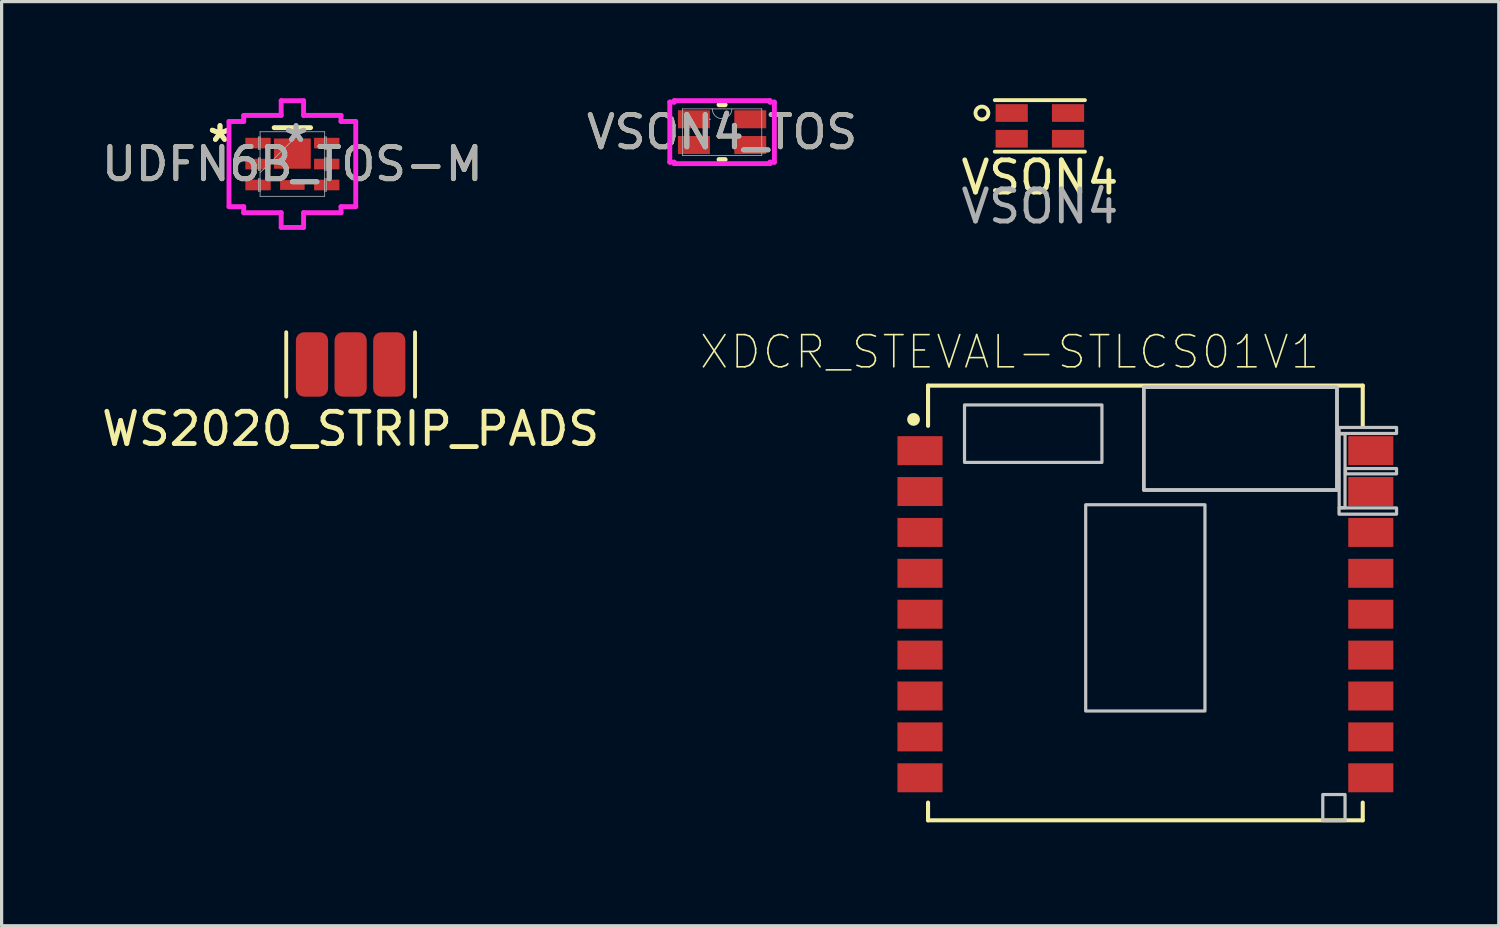
<source format=kicad_pcb>
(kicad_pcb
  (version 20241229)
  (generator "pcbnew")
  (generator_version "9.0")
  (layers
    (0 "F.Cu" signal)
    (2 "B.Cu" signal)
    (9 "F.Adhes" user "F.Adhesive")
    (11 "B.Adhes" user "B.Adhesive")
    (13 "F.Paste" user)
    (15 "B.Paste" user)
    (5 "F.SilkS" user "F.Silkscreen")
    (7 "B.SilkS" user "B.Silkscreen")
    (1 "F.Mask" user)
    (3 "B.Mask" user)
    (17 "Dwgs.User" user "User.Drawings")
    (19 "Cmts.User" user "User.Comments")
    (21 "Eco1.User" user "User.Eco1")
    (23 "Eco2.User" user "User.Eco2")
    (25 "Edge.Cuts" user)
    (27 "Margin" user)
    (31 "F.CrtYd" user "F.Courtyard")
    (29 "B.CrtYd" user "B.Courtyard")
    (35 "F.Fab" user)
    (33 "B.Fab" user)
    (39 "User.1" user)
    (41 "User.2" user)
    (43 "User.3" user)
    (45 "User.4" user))
  (footprint "VSON4_TOS"
    (layer "F.Cu")
    (at 19.375 1.054)
    (property "Reference" "VSON4_TOS" (at 0 0 0) (unlocked yes) (layer "F.SilkS") (effects (font (size 1 1) (thickness 0.15))))
    (attr smd)
    (fp_line (start -0.095 0.851) (end 0.095 0.851) (stroke (width 0.152) (type solid)) (layer "F.SilkS"))
    (fp_line (start 0.095 -0.851) (end -0.095 -0.851) (stroke (width 0.152) (type solid)) (layer "F.SilkS"))
    (fp_line (start -1.624 -0.933) (end -1.486 -0.933) (stroke (width 0.152) (type solid)) (layer "F.CrtYd"))
    (fp_line (start -1.624 0.933) (end -1.624 -0.933) (stroke (width 0.152) (type solid)) (layer "F.CrtYd"))
    (fp_line (start -1.624 0.933) (end -1.486 0.933) (stroke (width 0.152) (type solid)) (layer "F.CrtYd"))
    (fp_line (start -1.486 -0.978) (end 1.486 -0.978) (stroke (width 0.152) (type solid)) (layer "F.CrtYd"))
    (fp_line (start -1.486 -0.933) (end -1.486 -0.978) (stroke (width 0.152) (type solid)) (layer "F.CrtYd"))
    (fp_line (start -1.486 0.978) (end -1.486 0.933) (stroke (width 0.152) (type solid)) (layer "F.CrtYd"))
    (fp_line (start 1.486 -0.978) (end 1.486 -0.933) (stroke (width 0.152) (type solid)) (layer "F.CrtYd"))
    (fp_line (start 1.486 0.933) (end 1.486 0.978) (stroke (width 0.152) (type solid)) (layer "F.CrtYd"))
    (fp_line (start 1.486 0.978) (end -1.486 0.978) (stroke (width 0.152) (type solid)) (layer "F.CrtYd"))
    (fp_line (start 1.624 -0.933) (end 1.486 -0.933) (stroke (width 0.152) (type solid)) (layer "F.CrtYd"))
    (fp_line (start 1.624 -0.933) (end 1.624 0.933) (stroke (width 0.152) (type solid)) (layer "F.CrtYd"))
    (fp_line (start 1.624 0.933) (end 1.486 0.933) (stroke (width 0.152) (type solid)) (layer "F.CrtYd"))
    (fp_line (start -1.232 -0.724) (end -1.232 0.724) (stroke (width 0.025) (type solid)) (layer "F.Fab"))
    (fp_line (start -1.232 0.724) (end 1.232 0.724) (stroke (width 0.025) (type solid)) (layer "F.Fab"))
    (fp_line (start 1.232 -0.724) (end -1.232 -0.724) (stroke (width 0.025) (type solid)) (layer "F.Fab"))
    (fp_line (start 1.232 0.724) (end 1.232 -0.724) (stroke (width 0.025) (type solid)) (layer "F.Fab"))
    (fp_arc (start 0.3048 -0.7239) (mid 0 -0.4191) (end -0.3048 -0.7239) (stroke (width 0.0254) (type solid)) (layer "F.Fab"))
    (fp_circle (center -0.38 -0.4) (end -0.38 -0.4) (stroke (width 0.025) (type solid)) (fill no) (layer "F.Fab"))
    (fp_text user "${REFERENCE}" (at 0 0 0) (unlocked yes) (layer "F.Fab") (effects (font (size 1 1) (thickness 0.15))))
    (pad "1" smd rect (at -0.875 -0.4) (size 0.991 0.559) (layers "F.Cu" "F.Mask" "F.Paste"))
    (pad "2" smd rect (at -0.875 0.4) (size 0.991 0.559) (layers "F.Cu" "F.Mask" "F.Paste"))
    (pad "3" smd rect (at 0.875 0.4) (size 0.991 0.559) (layers "F.Cu" "F.Mask" "F.Paste"))
    (pad "4" smd rect (at 0.875 -0.4) (size 0.991 0.559) (layers "F.Cu" "F.Mask" "F.Paste")))
  (footprint "VSON4"
    (layer "F.Cu")
    (at 29.244 0.86)
    (property "Reference" "VSON4" (at 0 1.6 0) (unlocked yes) (layer "F.SilkS") (effects (font (size 1 1) (thickness 0.15))))
    (attr smd)
    (fp_line (start -1.4 -0.8) (end 1.4 -0.8) (stroke (width 0.12) (type default)) (layer "F.SilkS"))
    (fp_line (start -1.4 0.8) (end 1.4 0.8) (stroke (width 0.12) (type default)) (layer "F.SilkS"))
    (fp_circle (center -1.8 -0.4) (end -1.6 -0.4) (stroke (width 0.12) (type default)) (fill no) (layer "F.SilkS"))
    (fp_text user "${REFERENCE}" (at 0 2.5 0) (unlocked yes) (layer "F.Fab") (effects (font (size 1 1) (thickness 0.15))))
    (pad "1" smd rect (at -0.875 -0.4) (size 1 0.55) (layers "F.Cu" "F.Mask" "F.Paste"))
    (pad "2" smd rect (at -0.875 0.4) (size 1 0.55) (layers "F.Cu" "F.Mask" "F.Paste"))
    (pad "3" smd rect (at 0.875 0.4) (size 1 0.55) (layers "F.Cu" "F.Mask" "F.Paste"))
    (pad "4" smd rect (at 0.875 -0.4) (size 1 0.55) (layers "F.Cu" "F.Mask" "F.Paste")))
  (footprint "XDCR_STEVAL-STLCS01V1"
    (layer "F.Cu")
    (at 32.521 16.025)
    (property "Reference" "XDCR_STEVAL-STLCS01V1" (at -4.215 -8.144 0) (layer "F.SilkS") (effects (font (size 1.001 1.001) (thickness 0.05))))
    (attr smd)
    (fp_line (start -6.75 -7.1) (end 6.75 -7.1) (stroke (width 0.127) (type solid)) (layer "F.SilkS"))
    (fp_line (start -6.75 -5.85) (end -6.75 -7.1) (stroke (width 0.127) (type solid)) (layer "F.SilkS"))
    (fp_line (start -6.75 5.85) (end -6.75 6.4) (stroke (width 0.127) (type solid)) (layer "F.SilkS"))
    (fp_line (start -6.75 6.4) (end 6.75 6.4) (stroke (width 0.127) (type solid)) (layer "F.SilkS"))
    (fp_line (start 6.75 -7.1) (end 6.75 -5.85) (stroke (width 0.127) (type solid)) (layer "F.SilkS"))
    (fp_line (start 6.75 6.4) (end 6.75 5.85) (stroke (width 0.127) (type solid)) (layer "F.SilkS"))
    (fp_circle (center -7.2 -6.05) (end -7.1 -6.05) (stroke (width 0.2) (type solid)) (fill no) (layer "F.SilkS"))
    (fp_poly (pts (xy -5.617 -6.5) (xy -1.35 -6.5) (xy -1.35 -4.715) (xy -5.617 -4.715)) (stroke (width 0.1) (type solid)) (fill no) (layer "Dwgs.User"))
    (fp_poly (pts (xy -1.854 -3.4) (xy 1.85 -3.4) (xy 1.85 3.006) (xy -1.854 3.006)) (stroke (width 0.1) (type solid)) (fill no) (layer "Dwgs.User"))
    (fp_poly (pts (xy -0.05 -7.05) (xy 5.95 -7.05) (xy 5.95 -3.861) (xy -0.05 -3.861)) (stroke (width 0.1) (type solid)) (fill no) (layer "Dwgs.User"))
    (fp_poly (pts (xy -0.05 -7.05) (xy 5.95 -7.05) (xy 5.95 -3.855) (xy -0.05 -3.855)) (stroke (width 0.1) (type solid)) (fill no) (layer "Dwgs.User"))
    (fp_poly (pts (xy -0.05 -7.05) (xy 5.95 -7.05) (xy 5.95 -3.853) (xy -0.05 -3.853)) (stroke (width 0.1) (type solid)) (fill no) (layer "Dwgs.User"))
    (fp_poly (pts (xy 5.509 5.6) (xy 6.2 5.6) (xy 6.2 6.411) (xy 5.509 6.411)) (stroke (width 0.1) (type solid)) (fill no) (layer "Dwgs.User"))
    (fp_poly (pts (xy 6.014 -3.3) (xy 7.8 -3.3) (xy 7.8 -3.107) (xy 6.014 -3.107)) (stroke (width 0.1) (type solid)) (fill no) (layer "Dwgs.User"))
    (fp_poly (pts (xy 6.015 -5.8) (xy 7.8 -5.8) (xy 7.8 -5.614) (xy 6.015 -5.614)) (stroke (width 0.1) (type solid)) (fill no) (layer "Dwgs.User"))
    (fp_poly (pts (xy 6.018 -5.6) (xy 6.2 -5.6) (xy 6.2 -3.31) (xy 6.018 -3.31)) (stroke (width 0.1) (type solid)) (fill no) (layer "Dwgs.User"))
    (fp_poly (pts (xy 6.214 -4.525) (xy 7.8 -4.525) (xy 7.8 -4.359) (xy 6.214 -4.359)) (stroke (width 0.1) (type solid)) (fill no) (layer "Dwgs.User"))
    (fp_line (start -7.95 -7.35) (end -7.95 6.65) (stroke (width 0.05) (type solid)) (layer "Eco1.User"))
    (fp_line (start -7.95 6.65) (end 7.95 6.65) (stroke (width 0.05) (type solid)) (layer "Eco1.User"))
    (fp_line (start 7.95 -7.35) (end -7.95 -7.35) (stroke (width 0.05) (type solid)) (layer "Eco1.User"))
    (fp_line (start 7.95 6.65) (end 7.95 -7.35) (stroke (width 0.05) (type solid)) (layer "Eco1.User"))
    (pad "1" smd rect (at -7 -5.08) (size 1.4 0.9) (layers "F.Cu" "F.Mask" "F.Paste"))
    (pad "2" smd rect (at -7 -3.81) (size 1.4 0.9) (layers "F.Cu" "F.Mask" "F.Paste"))
    (pad "3" smd rect (at -7 -2.54) (size 1.4 0.9) (layers "F.Cu" "F.Mask" "F.Paste"))
    (pad "4" smd rect (at -7 -1.27) (size 1.4 0.9) (layers "F.Cu" "F.Mask" "F.Paste"))
    (pad "5" smd rect (at -7 0) (size 1.4 0.9) (layers "F.Cu" "F.Mask" "F.Paste"))
    (pad "6" smd rect (at -7 1.27) (size 1.4 0.9) (layers "F.Cu" "F.Mask" "F.Paste"))
    (pad "7" smd rect (at -7 2.54) (size 1.4 0.9) (layers "F.Cu" "F.Mask" "F.Paste"))
    (pad "8" smd rect (at -7 3.81) (size 1.4 0.9) (layers "F.Cu" "F.Mask" "F.Paste"))
    (pad "9" smd rect (at -7 5.08) (size 1.4 0.9) (layers "F.Cu" "F.Mask" "F.Paste"))
    (pad "10" smd rect (at 7 5.08 180) (size 1.4 0.9) (layers "F.Cu" "F.Mask" "F.Paste"))
    (pad "11" smd rect (at 7 3.81 180) (size 1.4 0.9) (layers "F.Cu" "F.Mask" "F.Paste"))
    (pad "12" smd rect (at 7 2.54 180) (size 1.4 0.9) (layers "F.Cu" "F.Mask" "F.Paste"))
    (pad "13" smd rect (at 7 1.27 180) (size 1.4 0.9) (layers "F.Cu" "F.Mask" "F.Paste"))
    (pad "14" smd rect (at 7 0 180) (size 1.4 0.9) (layers "F.Cu" "F.Mask" "F.Paste"))
    (pad "15" smd rect (at 7 -1.27 180) (size 1.4 0.9) (layers "F.Cu" "F.Mask" "F.Paste"))
    (pad "16" smd rect (at 7 -2.54 180) (size 1.4 0.9) (layers "F.Cu" "F.Mask" "F.Paste"))
    (pad "17" smd rect (at 7 -3.81 180) (size 1.4 0.9) (layers "F.Cu" "F.Mask" "F.Paste"))
    (pad "18" smd rect (at 7 -5.08 180) (size 1.4 0.9) (layers "F.Cu" "F.Mask" "F.Paste")))
  (footprint "WS2020_STRIP_PADS"
    (layer "F.Cu")
    (at 7.839 9.268)
    (property "Reference" "WS2020_STRIP_PADS" (at 0 1 0) (unlocked yes) (layer "F.SilkS") (effects (font (size 1 1) (thickness 0.15))))
    (attr smd)
    (fp_line (start -2 0) (end -2 -2) (stroke (width 0.12) (type default)) (layer "F.SilkS"))
    (fp_line (start 2 0) (end 2 -2) (stroke (width 0.12) (type default)) (layer "F.SilkS"))
    (pad "1" smd roundrect (at -1.2 -1) (size 1 2) (layers "F.Cu" "F.Mask" "F.Paste") (roundrect_rratio 0.25))
    (pad "2" smd roundrect (at 0 -1) (size 1 2) (layers "F.Cu" "F.Mask" "F.Paste") (roundrect_rratio 0.25))
    (pad "3" smd roundrect (at 1.2 -1) (size 1 2) (layers "F.Cu" "F.Mask" "F.Paste") (roundrect_rratio 0.25)))
  (footprint "UDFN6B_TOS-M"
    (layer "F.Cu")
    (at 6.03 2.045)
    (property "Reference" "UDFN6B_TOS-M" (at 0 0 0) (unlocked yes) (layer "F.SilkS") (effects (font (size 1 1) (thickness 0.15))))
    (attr smd)
    (fp_poly (pts (xy -0.572 -0.795) (xy 0.572 -0.795) (xy 0.572 0.145) (xy -0.572 0.145)) (stroke (width 0) (type solid)) (fill yes) (layer "F.Cu"))
    (fp_poly (pts (xy -0.381 0.498) (xy 0.381 0.498) (xy 0.381 0.802) (xy -0.381 0.802)) (stroke (width 0) (type solid)) (fill yes) (layer "F.Cu"))
    (fp_poly (pts (xy -0.572 -0.795) (xy 0.572 -0.795) (xy 0.572 0.145) (xy -0.572 0.145)) (stroke (width 0) (type solid)) (fill yes) (layer "F.Mask"))
    (fp_poly (pts (xy -0.381 0.498) (xy 0.381 0.498) (xy 0.381 0.802) (xy -0.381 0.802)) (stroke (width 0) (type solid)) (fill yes) (layer "F.Mask"))
    (fp_line (start 0.566 -1.13) (end -0.566 -1.13) (stroke (width 0.152) (type solid)) (layer "F.SilkS"))
    (fp_poly (pts (xy -0.572 -0.795) (xy 0.572 -0.795) (xy 0.572 0.145) (xy -0.572 0.145)) (stroke (width 0) (type solid)) (fill yes) (layer "F.Paste"))
    (fp_poly (pts (xy -0.381 0.498) (xy 0.381 0.498) (xy 0.381 0.802) (xy -0.381 0.802)) (stroke (width 0) (type solid)) (fill yes) (layer "F.Paste"))
    (fp_line (start -1.968 -1.323) (end -1.511 -1.323) (stroke (width 0.152) (type solid)) (layer "F.CrtYd"))
    (fp_line (start -1.968 1.323) (end -1.968 -1.323) (stroke (width 0.152) (type solid)) (layer "F.CrtYd"))
    (fp_line (start -1.511 -1.511) (end -0.348 -1.511) (stroke (width 0.152) (type solid)) (layer "F.CrtYd"))
    (fp_line (start -1.511 -1.323) (end -1.511 -1.511) (stroke (width 0.152) (type solid)) (layer "F.CrtYd"))
    (fp_line (start -1.511 1.323) (end -1.968 1.323) (stroke (width 0.152) (type solid)) (layer "F.CrtYd"))
    (fp_line (start -1.511 1.511) (end -1.511 1.323) (stroke (width 0.152) (type solid)) (layer "F.CrtYd"))
    (fp_line (start -0.348 -1.968) (end 0.348 -1.968) (stroke (width 0.152) (type solid)) (layer "F.CrtYd"))
    (fp_line (start -0.348 -1.511) (end -0.348 -1.968) (stroke (width 0.152) (type solid)) (layer "F.CrtYd"))
    (fp_line (start -0.348 1.511) (end -1.511 1.511) (stroke (width 0.152) (type solid)) (layer "F.CrtYd"))
    (fp_line (start -0.348 1.968) (end -0.348 1.511) (stroke (width 0.152) (type solid)) (layer "F.CrtYd"))
    (fp_line (start 0.348 -1.968) (end 0.348 -1.511) (stroke (width 0.152) (type solid)) (layer "F.CrtYd"))
    (fp_line (start 0.348 -1.511) (end 1.511 -1.511) (stroke (width 0.152) (type solid)) (layer "F.CrtYd"))
    (fp_line (start 0.348 1.511) (end 0.348 1.968) (stroke (width 0.152) (type solid)) (layer "F.CrtYd"))
    (fp_line (start 0.348 1.968) (end -0.348 1.968) (stroke (width 0.152) (type solid)) (layer "F.CrtYd"))
    (fp_line (start 1.511 -1.511) (end 1.511 -1.323) (stroke (width 0.152) (type solid)) (layer "F.CrtYd"))
    (fp_line (start 1.511 -1.323) (end 1.968 -1.323) (stroke (width 0.152) (type solid)) (layer "F.CrtYd"))
    (fp_line (start 1.511 1.323) (end 1.511 1.511) (stroke (width 0.152) (type solid)) (layer "F.CrtYd"))
    (fp_line (start 1.511 1.511) (end 0.348 1.511) (stroke (width 0.152) (type solid)) (layer "F.CrtYd"))
    (fp_line (start 1.968 -1.323) (end 1.968 1.323) (stroke (width 0.152) (type solid)) (layer "F.CrtYd"))
    (fp_line (start 1.968 1.323) (end 1.511 1.323) (stroke (width 0.152) (type solid)) (layer "F.CrtYd"))
    (fp_line (start -1.054 -0.841) (end -1.054 -0.46) (stroke (width 0.025) (type solid)) (layer "F.Fab"))
    (fp_line (start -1.054 -0.46) (end -1.003 -0.46) (stroke (width 0.025) (type solid)) (layer "F.Fab"))
    (fp_line (start -1.054 -0.191) (end -1.054 0.191) (stroke (width 0.025) (type solid)) (layer "F.Fab"))
    (fp_line (start -1.054 0.191) (end -1.003 0.191) (stroke (width 0.025) (type solid)) (layer "F.Fab"))
    (fp_line (start -1.054 0.46) (end -1.054 0.841) (stroke (width 0.025) (type solid)) (layer "F.Fab"))
    (fp_line (start -1.054 0.841) (end -1.003 0.841) (stroke (width 0.025) (type solid)) (layer "F.Fab"))
    (fp_line (start -1.003 -1.003) (end -1.003 1.003) (stroke (width 0.025) (type solid)) (layer "F.Fab"))
    (fp_line (start -1.003 -0.841) (end -1.054 -0.841) (stroke (width 0.025) (type solid)) (layer "F.Fab"))
    (fp_line (start -1.003 -0.46) (end -1.003 -0.841) (stroke (width 0.025) (type solid)) (layer "F.Fab"))
    (fp_line (start -1.003 -0.191) (end -1.054 -0.191) (stroke (width 0.025) (type solid)) (layer "F.Fab"))
    (fp_line (start -1.003 0.191) (end -1.003 -0.191) (stroke (width 0.025) (type solid)) (layer "F.Fab"))
    (fp_line (start -1.003 0.267) (end 0.267 -1.003) (stroke (width 0.025) (type solid)) (layer "F.Fab"))
    (fp_line (start -1.003 0.46) (end -1.054 0.46) (stroke (width 0.025) (type solid)) (layer "F.Fab"))
    (fp_line (start -1.003 0.841) (end -1.003 0.46) (stroke (width 0.025) (type solid)) (layer "F.Fab"))
    (fp_line (start -1.003 1.003) (end 1.003 1.003) (stroke (width 0.025) (type solid)) (layer "F.Fab"))
    (fp_line (start 1.003 -1.003) (end -1.003 -1.003) (stroke (width 0.025) (type solid)) (layer "F.Fab"))
    (fp_line (start 1.003 -0.841) (end 1.003 -0.46) (stroke (width 0.025) (type solid)) (layer "F.Fab"))
    (fp_line (start 1.003 -0.46) (end 1.054 -0.46) (stroke (width 0.025) (type solid)) (layer "F.Fab"))
    (fp_line (start 1.003 -0.191) (end 1.003 0.191) (stroke (width 0.025) (type solid)) (layer "F.Fab"))
    (fp_line (start 1.003 0.191) (end 1.054 0.191) (stroke (width 0.025) (type solid)) (layer "F.Fab"))
    (fp_line (start 1.003 0.46) (end 1.003 0.841) (stroke (width 0.025) (type solid)) (layer "F.Fab"))
    (fp_line (start 1.003 0.841) (end 1.054 0.841) (stroke (width 0.025) (type solid)) (layer "F.Fab"))
    (fp_line (start 1.003 1.003) (end 1.003 -1.003) (stroke (width 0.025) (type solid)) (layer "F.Fab"))
    (fp_line (start 1.054 -0.841) (end 1.003 -0.841) (stroke (width 0.025) (type solid)) (layer "F.Fab"))
    (fp_line (start 1.054 -0.46) (end 1.054 -0.841) (stroke (width 0.025) (type solid)) (layer "F.Fab"))
    (fp_line (start 1.054 -0.191) (end 1.003 -0.191) (stroke (width 0.025) (type solid)) (layer "F.Fab"))
    (fp_line (start 1.054 0.191) (end 1.054 -0.191) (stroke (width 0.025) (type solid)) (layer "F.Fab"))
    (fp_line (start 1.054 0.46) (end 1.003 0.46) (stroke (width 0.025) (type solid)) (layer "F.Fab"))
    (fp_line (start 1.054 0.841) (end 1.054 0.46) (stroke (width 0.025) (type solid)) (layer "F.Fab"))
    (fp_text user "*" (at -2.248 -0.65 0) (unlocked yes) (layer "F.SilkS") (effects (font (size 1 1) (thickness 0.15))))
    (fp_text user "*" (at -2.248 -0.65 0) (layer "F.SilkS") (effects (font (size 1 1) (thickness 0.15))))
    (fp_text user "*" (at 0.114 -0.65 0) (layer "F.Fab") (effects (font (size 1 1) (thickness 0.15))))
    (fp_text user "${REFERENCE}" (at 0 0 0) (unlocked yes) (layer "F.Fab") (effects (font (size 1 1) (thickness 0.15))))
    (fp_text user "*" (at 0.114 -0.65 0) (unlocked yes) (layer "F.Fab") (effects (font (size 1 1) (thickness 0.15))))
    (pad "1" smd rect (at -1.067 -0.65 90) (size 0.33 0.787) (layers "F.Cu" "F.Mask" "F.Paste"))
    (pad "2" smd rect (at -1.067 0 90) (size 0.33 0.787) (layers "F.Cu" "F.Mask" "F.Paste"))
    (pad "3" smd rect (at -1.067 0.65 90) (size 0.33 0.787) (layers "F.Cu" "F.Mask" "F.Paste"))
    (pad "4" smd rect (at 1.067 0.65 90) (size 0.33 0.787) (layers "F.Cu" "F.Mask" "F.Paste"))
    (pad "5" smd rect (at 1.067 0 90) (size 0.33 0.787) (layers "F.Cu" "F.Mask" "F.Paste"))
    (pad "6" smd rect (at 1.067 -0.65 90) (size 0.33 0.787) (layers "F.Cu" "F.Mask" "F.Paste")))
  (gr_rect
    (start -3 -3)
    (end 43.496 25.7)
    (stroke (width 0.1) (type default))
    (fill no)
    (layer "Edge.Cuts")))
</source>
